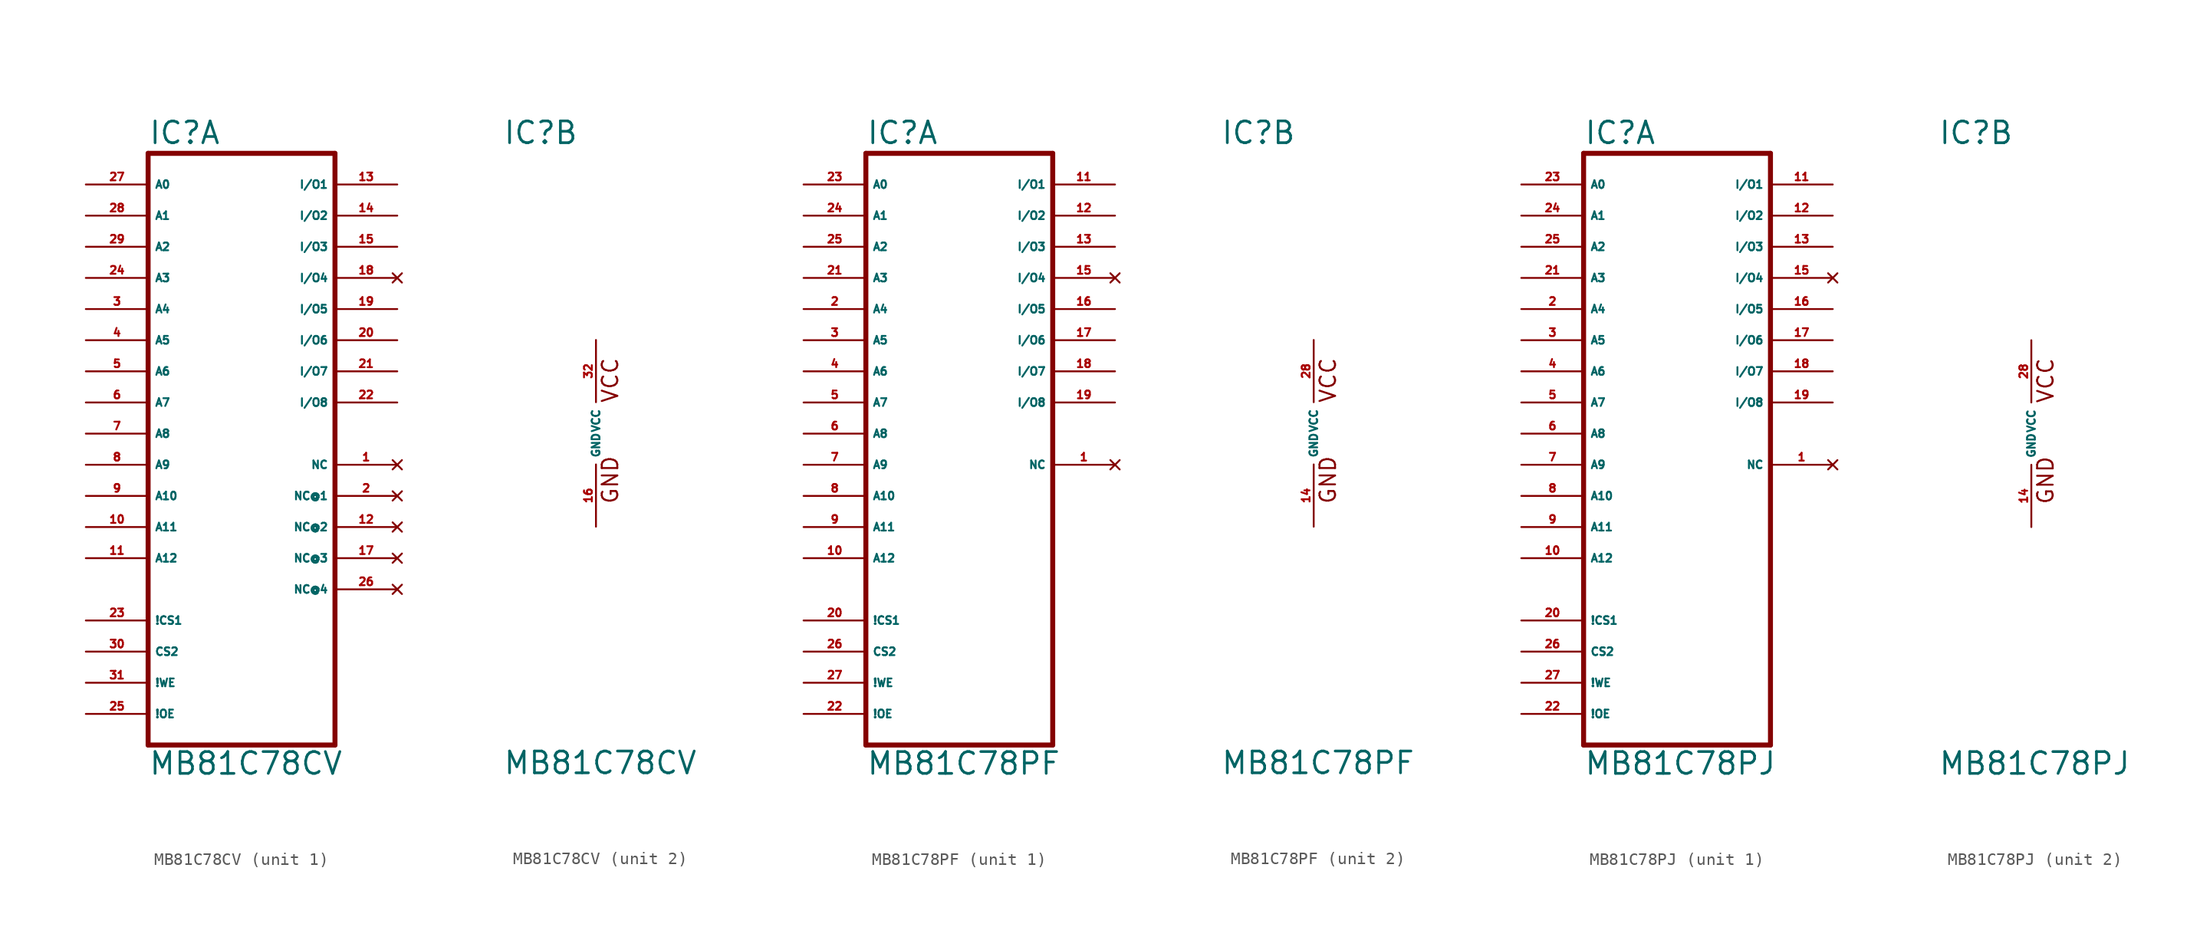
<source format=kicad_sym>
(kicad_symbol_lib
  (version 20220914)
  (generator Eagle2Kicad)
  (symbol "MB81C78CV"
    (property "Reference" "IC"
      (at -7.62 23.495 0)
      (effects (font (size 1.778 1.778) (thickness 0.22)) (justify left bottom)))
    (property "Value" "MB81C78CV"
      (at -7.62 -27.94 0)
      (effects (font (size 1.778 1.778) (thickness 0.22)) (justify left bottom)))
    (symbol "MB81C78CV_1_0"
      (polyline (pts (xy -7.62 -25.4) (xy -7.62 22.86)) (stroke (width 0.406) (type default)) (fill (type none)))
      (polyline (pts (xy -7.62 22.86) (xy 7.62 22.86)) (stroke (width 0.406) (type default)) (fill (type none)))
      (polyline (pts (xy 7.62 22.86) (xy 7.62 -25.4)) (stroke (width 0.406) (type default)) (fill (type none)))
      (polyline (pts (xy 7.62 -25.4) (xy -7.62 -25.4)) (stroke (width 0.406) (type default)) (fill (type none)))
      (pin input line (at -12.7 20.32 0) (length 5.08) (name "A0" (effects (font (size 0.635 0.635) (thickness 0.08)) (justify left bottom))) (number "27" (effects (font (size 0.635 0.635) (thickness 0.08)) (justify left bottom))))
      (pin input line (at -12.7 17.78 0) (length 5.08) (name "A1" (effects (font (size 0.635 0.635) (thickness 0.08)) (justify left bottom))) (number "28" (effects (font (size 0.635 0.635) (thickness 0.08)) (justify left bottom))))
      (pin input line (at -12.7 15.24 0) (length 5.08) (name "A2" (effects (font (size 0.635 0.635) (thickness 0.08)) (justify left bottom))) (number "29" (effects (font (size 0.635 0.635) (thickness 0.08)) (justify left bottom))))
      (pin input line (at -12.7 12.7 0) (length 5.08) (name "A3" (effects (font (size 0.635 0.635) (thickness 0.08)) (justify left bottom))) (number "24" (effects (font (size 0.635 0.635) (thickness 0.08)) (justify left bottom))))
      (pin input line (at -12.7 10.16 0) (length 5.08) (name "A4" (effects (font (size 0.635 0.635) (thickness 0.08)) (justify left bottom))) (number "3" (effects (font (size 0.635 0.635) (thickness 0.08)) (justify left bottom))))
      (pin input line (at -12.7 5.08 0) (length 5.08) (name "A6" (effects (font (size 0.635 0.635) (thickness 0.08)) (justify left bottom))) (number "5" (effects (font (size 0.635 0.635) (thickness 0.08)) (justify left bottom))))
      (pin input line (at -12.7 7.62 0) (length 5.08) (name "A5" (effects (font (size 0.635 0.635) (thickness 0.08)) (justify left bottom))) (number "4" (effects (font (size 0.635 0.635) (thickness 0.08)) (justify left bottom))))
      (pin input line (at -12.7 2.54 0) (length 5.08) (name "A7" (effects (font (size 0.635 0.635) (thickness 0.08)) (justify left bottom))) (number "6" (effects (font (size 0.635 0.635) (thickness 0.08)) (justify left bottom))))
      (pin input line (at -12.7 0 0) (length 5.08) (name "A8" (effects (font (size 0.635 0.635) (thickness 0.08)) (justify left bottom))) (number "7" (effects (font (size 0.635 0.635) (thickness 0.08)) (justify left bottom))))
      (pin input line (at -12.7 -2.54 0) (length 5.08) (name "A9" (effects (font (size 0.635 0.635) (thickness 0.08)) (justify left bottom))) (number "8" (effects (font (size 0.635 0.635) (thickness 0.08)) (justify left bottom))))
      (pin input line (at -12.7 -5.08 0) (length 5.08) (name "A10" (effects (font (size 0.635 0.635) (thickness 0.08)) (justify left bottom))) (number "9" (effects (font (size 0.635 0.635) (thickness 0.08)) (justify left bottom))))
      (pin input line (at -12.7 -7.62 0) (length 5.08) (name "A11" (effects (font (size 0.635 0.635) (thickness 0.08)) (justify left bottom))) (number "10" (effects (font (size 0.635 0.635) (thickness 0.08)) (justify left bottom))))
      (pin bidirectional line (at 12.7 20.32 180) (length 5.08) (name "I/O1" (effects (font (size 0.635 0.635) (thickness 0.08)) (justify left bottom))) (number "13" (effects (font (size 0.635 0.635) (thickness 0.08)) (justify left bottom))))
      (pin bidirectional line (at 12.7 17.78 180) (length 5.08) (name "I/O2" (effects (font (size 0.635 0.635) (thickness 0.08)) (justify left bottom))) (number "14" (effects (font (size 0.635 0.635) (thickness 0.08)) (justify left bottom))))
      (pin bidirectional line (at 12.7 15.24 180) (length 5.08) (name "I/O3" (effects (font (size 0.635 0.635) (thickness 0.08)) (justify left bottom))) (number "15" (effects (font (size 0.635 0.635) (thickness 0.08)) (justify left bottom))))
      (pin no_connect line (at 12.7 12.7 180) (length 5.08) (name "I/O4" (effects (font (size 0.635 0.635) (thickness 0.08)) (justify left bottom) hide)) (number "18" (effects (font (size 0.635 0.635) (thickness 0.08)) (justify left bottom) hide)))
      (pin input line (at -12.7 -17.78 0) (length 5.08) (name "CS2" (effects (font (size 0.635 0.635) (thickness 0.08)) (justify left bottom))) (number "30" (effects (font (size 0.635 0.635) (thickness 0.08)) (justify left bottom))))
      (pin input line (at -12.7 -20.32 0) (length 5.08) (name "!WE" (effects (font (size 0.635 0.635) (thickness 0.08)) (justify left bottom))) (number "31" (effects (font (size 0.635 0.635) (thickness 0.08)) (justify left bottom))))
      (pin input line (at -12.7 -10.16 0) (length 5.08) (name "A12" (effects (font (size 0.635 0.635) (thickness 0.08)) (justify left bottom))) (number "11" (effects (font (size 0.635 0.635) (thickness 0.08)) (justify left bottom))))
      (pin input line (at -12.7 -22.86 0) (length 5.08) (name "!OE" (effects (font (size 0.635 0.635) (thickness 0.08)) (justify left bottom))) (number "25" (effects (font (size 0.635 0.635) (thickness 0.08)) (justify left bottom))))
      (pin bidirectional line (at 12.7 10.16 180) (length 5.08) (name "I/O5" (effects (font (size 0.635 0.635) (thickness 0.08)) (justify left bottom))) (number "19" (effects (font (size 0.635 0.635) (thickness 0.08)) (justify left bottom))))
      (pin bidirectional line (at 12.7 7.62 180) (length 5.08) (name "I/O6" (effects (font (size 0.635 0.635) (thickness 0.08)) (justify left bottom))) (number "20" (effects (font (size 0.635 0.635) (thickness 0.08)) (justify left bottom))))
      (pin bidirectional line (at 12.7 5.08 180) (length 5.08) (name "I/O7" (effects (font (size 0.635 0.635) (thickness 0.08)) (justify left bottom))) (number "21" (effects (font (size 0.635 0.635) (thickness 0.08)) (justify left bottom))))
      (pin bidirectional line (at 12.7 2.54 180) (length 5.08) (name "I/O8" (effects (font (size 0.635 0.635) (thickness 0.08)) (justify left bottom))) (number "22" (effects (font (size 0.635 0.635) (thickness 0.08)) (justify left bottom))))
      (pin no_connect line (at 12.7 -2.54 180) (length 5.08) (name "NC" (effects (font (size 0.635 0.635) (thickness 0.08)) (justify left bottom) hide)) (number "1" (effects (font (size 0.635 0.635) (thickness 0.08)) (justify left bottom) hide)))
      (pin input line (at -12.7 -15.24 0) (length 5.08) (name "!CS1" (effects (font (size 0.635 0.635) (thickness 0.08)) (justify left bottom))) (number "23" (effects (font (size 0.635 0.635) (thickness 0.08)) (justify left bottom))))
      (pin no_connect line (at 12.7 -5.08 180) (length 5.08) (name "NC@1" (effects (font (size 0.635 0.635) (thickness 0.08)) (justify left bottom) hide)) (number "2" (effects (font (size 0.635 0.635) (thickness 0.08)) (justify left bottom) hide)))
      (pin no_connect line (at 12.7 -7.62 180) (length 5.08) (name "NC@2" (effects (font (size 0.635 0.635) (thickness 0.08)) (justify left bottom) hide)) (number "12" (effects (font (size 0.635 0.635) (thickness 0.08)) (justify left bottom) hide)))
      (pin no_connect line (at 12.7 -10.16 180) (length 5.08) (name "NC@3" (effects (font (size 0.635 0.635) (thickness 0.08)) (justify left bottom) hide)) (number "17" (effects (font (size 0.635 0.635) (thickness 0.08)) (justify left bottom) hide)))
      (pin no_connect line (at 12.7 -12.7 180) (length 5.08) (name "NC@4" (effects (font (size 0.635 0.635) (thickness 0.08)) (justify left bottom) hide)) (number "26" (effects (font (size 0.635 0.635) (thickness 0.08)) (justify left bottom) hide))))
    (symbol "MB81C78CV_2_0"
      (text "VCC" (at 1.905 2.413 900) (effects (font (size 1.27 1.27) (thickness 0.16)) (justify left bottom)))
      (text "GND" (at 1.905 -5.842 900) (effects (font (size 1.27 1.27) (thickness 0.16)) (justify left bottom)))
      (pin unspecified line (at 0 -7.62 90) (length 5.08) (name "GND" (effects (font (size 0.635 0.635) (thickness 0.08)) (justify left bottom))) (number "16" (effects (font (size 0.635 0.635) (thickness 0.08)) (justify left bottom))))
      (pin unspecified line (at 0 7.62 270) (length 5.08) (name "VCC" (effects (font (size 0.635 0.635) (thickness 0.08)) (justify left bottom))) (number "32" (effects (font (size 0.635 0.635) (thickness 0.08)) (justify left bottom))))))
  (symbol "MB81C78PF"
    (property "Reference" "IC"
      (at -7.62 23.495 0)
      (effects (font (size 1.778 1.778) (thickness 0.22)) (justify left bottom)))
    (property "Value" "MB81C78PF"
      (at -7.62 -27.94 0)
      (effects (font (size 1.778 1.778) (thickness 0.22)) (justify left bottom)))
    (symbol "MB81C78PF_1_0"
      (polyline (pts (xy -7.62 -25.4) (xy -7.62 22.86)) (stroke (width 0.406) (type default)) (fill (type none)))
      (polyline (pts (xy -7.62 22.86) (xy 7.62 22.86)) (stroke (width 0.406) (type default)) (fill (type none)))
      (polyline (pts (xy 7.62 22.86) (xy 7.62 -25.4)) (stroke (width 0.406) (type default)) (fill (type none)))
      (polyline (pts (xy 7.62 -25.4) (xy -7.62 -25.4)) (stroke (width 0.406) (type default)) (fill (type none)))
      (pin input line (at -12.7 20.32 0) (length 5.08) (name "A0" (effects (font (size 0.635 0.635) (thickness 0.08)) (justify left bottom))) (number "23" (effects (font (size 0.635 0.635) (thickness 0.08)) (justify left bottom))))
      (pin input line (at -12.7 17.78 0) (length 5.08) (name "A1" (effects (font (size 0.635 0.635) (thickness 0.08)) (justify left bottom))) (number "24" (effects (font (size 0.635 0.635) (thickness 0.08)) (justify left bottom))))
      (pin input line (at -12.7 15.24 0) (length 5.08) (name "A2" (effects (font (size 0.635 0.635) (thickness 0.08)) (justify left bottom))) (number "25" (effects (font (size 0.635 0.635) (thickness 0.08)) (justify left bottom))))
      (pin input line (at -12.7 12.7 0) (length 5.08) (name "A3" (effects (font (size 0.635 0.635) (thickness 0.08)) (justify left bottom))) (number "21" (effects (font (size 0.635 0.635) (thickness 0.08)) (justify left bottom))))
      (pin input line (at -12.7 10.16 0) (length 5.08) (name "A4" (effects (font (size 0.635 0.635) (thickness 0.08)) (justify left bottom))) (number "2" (effects (font (size 0.635 0.635) (thickness 0.08)) (justify left bottom))))
      (pin input line (at -12.7 5.08 0) (length 5.08) (name "A6" (effects (font (size 0.635 0.635) (thickness 0.08)) (justify left bottom))) (number "4" (effects (font (size 0.635 0.635) (thickness 0.08)) (justify left bottom))))
      (pin input line (at -12.7 7.62 0) (length 5.08) (name "A5" (effects (font (size 0.635 0.635) (thickness 0.08)) (justify left bottom))) (number "3" (effects (font (size 0.635 0.635) (thickness 0.08)) (justify left bottom))))
      (pin input line (at -12.7 2.54 0) (length 5.08) (name "A7" (effects (font (size 0.635 0.635) (thickness 0.08)) (justify left bottom))) (number "5" (effects (font (size 0.635 0.635) (thickness 0.08)) (justify left bottom))))
      (pin input line (at -12.7 0 0) (length 5.08) (name "A8" (effects (font (size 0.635 0.635) (thickness 0.08)) (justify left bottom))) (number "6" (effects (font (size 0.635 0.635) (thickness 0.08)) (justify left bottom))))
      (pin input line (at -12.7 -2.54 0) (length 5.08) (name "A9" (effects (font (size 0.635 0.635) (thickness 0.08)) (justify left bottom))) (number "7" (effects (font (size 0.635 0.635) (thickness 0.08)) (justify left bottom))))
      (pin input line (at -12.7 -5.08 0) (length 5.08) (name "A10" (effects (font (size 0.635 0.635) (thickness 0.08)) (justify left bottom))) (number "8" (effects (font (size 0.635 0.635) (thickness 0.08)) (justify left bottom))))
      (pin input line (at -12.7 -7.62 0) (length 5.08) (name "A11" (effects (font (size 0.635 0.635) (thickness 0.08)) (justify left bottom))) (number "9" (effects (font (size 0.635 0.635) (thickness 0.08)) (justify left bottom))))
      (pin bidirectional line (at 12.7 20.32 180) (length 5.08) (name "I/O1" (effects (font (size 0.635 0.635) (thickness 0.08)) (justify left bottom))) (number "11" (effects (font (size 0.635 0.635) (thickness 0.08)) (justify left bottom))))
      (pin bidirectional line (at 12.7 17.78 180) (length 5.08) (name "I/O2" (effects (font (size 0.635 0.635) (thickness 0.08)) (justify left bottom))) (number "12" (effects (font (size 0.635 0.635) (thickness 0.08)) (justify left bottom))))
      (pin bidirectional line (at 12.7 15.24 180) (length 5.08) (name "I/O3" (effects (font (size 0.635 0.635) (thickness 0.08)) (justify left bottom))) (number "13" (effects (font (size 0.635 0.635) (thickness 0.08)) (justify left bottom))))
      (pin no_connect line (at 12.7 12.7 180) (length 5.08) (name "I/O4" (effects (font (size 0.635 0.635) (thickness 0.08)) (justify left bottom) hide)) (number "15" (effects (font (size 0.635 0.635) (thickness 0.08)) (justify left bottom) hide)))
      (pin input line (at -12.7 -17.78 0) (length 5.08) (name "CS2" (effects (font (size 0.635 0.635) (thickness 0.08)) (justify left bottom))) (number "26" (effects (font (size 0.635 0.635) (thickness 0.08)) (justify left bottom))))
      (pin input line (at -12.7 -20.32 0) (length 5.08) (name "!WE" (effects (font (size 0.635 0.635) (thickness 0.08)) (justify left bottom))) (number "27" (effects (font (size 0.635 0.635) (thickness 0.08)) (justify left bottom))))
      (pin input line (at -12.7 -10.16 0) (length 5.08) (name "A12" (effects (font (size 0.635 0.635) (thickness 0.08)) (justify left bottom))) (number "10" (effects (font (size 0.635 0.635) (thickness 0.08)) (justify left bottom))))
      (pin input line (at -12.7 -22.86 0) (length 5.08) (name "!OE" (effects (font (size 0.635 0.635) (thickness 0.08)) (justify left bottom))) (number "22" (effects (font (size 0.635 0.635) (thickness 0.08)) (justify left bottom))))
      (pin bidirectional line (at 12.7 10.16 180) (length 5.08) (name "I/O5" (effects (font (size 0.635 0.635) (thickness 0.08)) (justify left bottom))) (number "16" (effects (font (size 0.635 0.635) (thickness 0.08)) (justify left bottom))))
      (pin bidirectional line (at 12.7 7.62 180) (length 5.08) (name "I/O6" (effects (font (size 0.635 0.635) (thickness 0.08)) (justify left bottom))) (number "17" (effects (font (size 0.635 0.635) (thickness 0.08)) (justify left bottom))))
      (pin bidirectional line (at 12.7 5.08 180) (length 5.08) (name "I/O7" (effects (font (size 0.635 0.635) (thickness 0.08)) (justify left bottom))) (number "18" (effects (font (size 0.635 0.635) (thickness 0.08)) (justify left bottom))))
      (pin bidirectional line (at 12.7 2.54 180) (length 5.08) (name "I/O8" (effects (font (size 0.635 0.635) (thickness 0.08)) (justify left bottom))) (number "19" (effects (font (size 0.635 0.635) (thickness 0.08)) (justify left bottom))))
      (pin no_connect line (at 12.7 -2.54 180) (length 5.08) (name "NC" (effects (font (size 0.635 0.635) (thickness 0.08)) (justify left bottom) hide)) (number "1" (effects (font (size 0.635 0.635) (thickness 0.08)) (justify left bottom) hide)))
      (pin input line (at -12.7 -15.24 0) (length 5.08) (name "!CS1" (effects (font (size 0.635 0.635) (thickness 0.08)) (justify left bottom))) (number "20" (effects (font (size 0.635 0.635) (thickness 0.08)) (justify left bottom)))))
    (symbol "MB81C78PF_2_0"
      (text "VCC" (at 1.905 2.413 900) (effects (font (size 1.27 1.27) (thickness 0.16)) (justify left bottom)))
      (text "GND" (at 1.905 -5.842 900) (effects (font (size 1.27 1.27) (thickness 0.16)) (justify left bottom)))
      (pin unspecified line (at 0 -7.62 90) (length 5.08) (name "GND" (effects (font (size 0.635 0.635) (thickness 0.08)) (justify left bottom))) (number "14" (effects (font (size 0.635 0.635) (thickness 0.08)) (justify left bottom))))
      (pin unspecified line (at 0 7.62 270) (length 5.08) (name "VCC" (effects (font (size 0.635 0.635) (thickness 0.08)) (justify left bottom))) (number "28" (effects (font (size 0.635 0.635) (thickness 0.08)) (justify left bottom))))))
  (symbol "MB81C78PJ"
    (property "Reference" "IC"
      (at -7.62 23.495 0)
      (effects (font (size 1.778 1.778) (thickness 0.22)) (justify left bottom)))
    (property "Value" "MB81C78PJ"
      (at -7.62 -27.94 0)
      (effects (font (size 1.778 1.778) (thickness 0.22)) (justify left bottom)))
    (symbol "MB81C78PJ_1_0"
      (polyline (pts (xy -7.62 -25.4) (xy -7.62 22.86)) (stroke (width 0.406) (type default)) (fill (type none)))
      (polyline (pts (xy -7.62 22.86) (xy 7.62 22.86)) (stroke (width 0.406) (type default)) (fill (type none)))
      (polyline (pts (xy 7.62 22.86) (xy 7.62 -25.4)) (stroke (width 0.406) (type default)) (fill (type none)))
      (polyline (pts (xy 7.62 -25.4) (xy -7.62 -25.4)) (stroke (width 0.406) (type default)) (fill (type none)))
      (pin input line (at -12.7 20.32 0) (length 5.08) (name "A0" (effects (font (size 0.635 0.635) (thickness 0.08)) (justify left bottom))) (number "23" (effects (font (size 0.635 0.635) (thickness 0.08)) (justify left bottom))))
      (pin input line (at -12.7 17.78 0) (length 5.08) (name "A1" (effects (font (size 0.635 0.635) (thickness 0.08)) (justify left bottom))) (number "24" (effects (font (size 0.635 0.635) (thickness 0.08)) (justify left bottom))))
      (pin input line (at -12.7 15.24 0) (length 5.08) (name "A2" (effects (font (size 0.635 0.635) (thickness 0.08)) (justify left bottom))) (number "25" (effects (font (size 0.635 0.635) (thickness 0.08)) (justify left bottom))))
      (pin input line (at -12.7 12.7 0) (length 5.08) (name "A3" (effects (font (size 0.635 0.635) (thickness 0.08)) (justify left bottom))) (number "21" (effects (font (size 0.635 0.635) (thickness 0.08)) (justify left bottom))))
      (pin input line (at -12.7 10.16 0) (length 5.08) (name "A4" (effects (font (size 0.635 0.635) (thickness 0.08)) (justify left bottom))) (number "2" (effects (font (size 0.635 0.635) (thickness 0.08)) (justify left bottom))))
      (pin input line (at -12.7 5.08 0) (length 5.08) (name "A6" (effects (font (size 0.635 0.635) (thickness 0.08)) (justify left bottom))) (number "4" (effects (font (size 0.635 0.635) (thickness 0.08)) (justify left bottom))))
      (pin input line (at -12.7 7.62 0) (length 5.08) (name "A5" (effects (font (size 0.635 0.635) (thickness 0.08)) (justify left bottom))) (number "3" (effects (font (size 0.635 0.635) (thickness 0.08)) (justify left bottom))))
      (pin input line (at -12.7 2.54 0) (length 5.08) (name "A7" (effects (font (size 0.635 0.635) (thickness 0.08)) (justify left bottom))) (number "5" (effects (font (size 0.635 0.635) (thickness 0.08)) (justify left bottom))))
      (pin input line (at -12.7 0 0) (length 5.08) (name "A8" (effects (font (size 0.635 0.635) (thickness 0.08)) (justify left bottom))) (number "6" (effects (font (size 0.635 0.635) (thickness 0.08)) (justify left bottom))))
      (pin input line (at -12.7 -2.54 0) (length 5.08) (name "A9" (effects (font (size 0.635 0.635) (thickness 0.08)) (justify left bottom))) (number "7" (effects (font (size 0.635 0.635) (thickness 0.08)) (justify left bottom))))
      (pin input line (at -12.7 -5.08 0) (length 5.08) (name "A10" (effects (font (size 0.635 0.635) (thickness 0.08)) (justify left bottom))) (number "8" (effects (font (size 0.635 0.635) (thickness 0.08)) (justify left bottom))))
      (pin input line (at -12.7 -7.62 0) (length 5.08) (name "A11" (effects (font (size 0.635 0.635) (thickness 0.08)) (justify left bottom))) (number "9" (effects (font (size 0.635 0.635) (thickness 0.08)) (justify left bottom))))
      (pin bidirectional line (at 12.7 20.32 180) (length 5.08) (name "I/O1" (effects (font (size 0.635 0.635) (thickness 0.08)) (justify left bottom))) (number "11" (effects (font (size 0.635 0.635) (thickness 0.08)) (justify left bottom))))
      (pin bidirectional line (at 12.7 17.78 180) (length 5.08) (name "I/O2" (effects (font (size 0.635 0.635) (thickness 0.08)) (justify left bottom))) (number "12" (effects (font (size 0.635 0.635) (thickness 0.08)) (justify left bottom))))
      (pin bidirectional line (at 12.7 15.24 180) (length 5.08) (name "I/O3" (effects (font (size 0.635 0.635) (thickness 0.08)) (justify left bottom))) (number "13" (effects (font (size 0.635 0.635) (thickness 0.08)) (justify left bottom))))
      (pin no_connect line (at 12.7 12.7 180) (length 5.08) (name "I/O4" (effects (font (size 0.635 0.635) (thickness 0.08)) (justify left bottom) hide)) (number "15" (effects (font (size 0.635 0.635) (thickness 0.08)) (justify left bottom) hide)))
      (pin input line (at -12.7 -17.78 0) (length 5.08) (name "CS2" (effects (font (size 0.635 0.635) (thickness 0.08)) (justify left bottom))) (number "26" (effects (font (size 0.635 0.635) (thickness 0.08)) (justify left bottom))))
      (pin input line (at -12.7 -20.32 0) (length 5.08) (name "!WE" (effects (font (size 0.635 0.635) (thickness 0.08)) (justify left bottom))) (number "27" (effects (font (size 0.635 0.635) (thickness 0.08)) (justify left bottom))))
      (pin input line (at -12.7 -10.16 0) (length 5.08) (name "A12" (effects (font (size 0.635 0.635) (thickness 0.08)) (justify left bottom))) (number "10" (effects (font (size 0.635 0.635) (thickness 0.08)) (justify left bottom))))
      (pin input line (at -12.7 -22.86 0) (length 5.08) (name "!OE" (effects (font (size 0.635 0.635) (thickness 0.08)) (justify left bottom))) (number "22" (effects (font (size 0.635 0.635) (thickness 0.08)) (justify left bottom))))
      (pin bidirectional line (at 12.7 10.16 180) (length 5.08) (name "I/O5" (effects (font (size 0.635 0.635) (thickness 0.08)) (justify left bottom))) (number "16" (effects (font (size 0.635 0.635) (thickness 0.08)) (justify left bottom))))
      (pin bidirectional line (at 12.7 7.62 180) (length 5.08) (name "I/O6" (effects (font (size 0.635 0.635) (thickness 0.08)) (justify left bottom))) (number "17" (effects (font (size 0.635 0.635) (thickness 0.08)) (justify left bottom))))
      (pin bidirectional line (at 12.7 5.08 180) (length 5.08) (name "I/O7" (effects (font (size 0.635 0.635) (thickness 0.08)) (justify left bottom))) (number "18" (effects (font (size 0.635 0.635) (thickness 0.08)) (justify left bottom))))
      (pin bidirectional line (at 12.7 2.54 180) (length 5.08) (name "I/O8" (effects (font (size 0.635 0.635) (thickness 0.08)) (justify left bottom))) (number "19" (effects (font (size 0.635 0.635) (thickness 0.08)) (justify left bottom))))
      (pin no_connect line (at 12.7 -2.54 180) (length 5.08) (name "NC" (effects (font (size 0.635 0.635) (thickness 0.08)) (justify left bottom) hide)) (number "1" (effects (font (size 0.635 0.635) (thickness 0.08)) (justify left bottom) hide)))
      (pin input line (at -12.7 -15.24 0) (length 5.08) (name "!CS1" (effects (font (size 0.635 0.635) (thickness 0.08)) (justify left bottom))) (number "20" (effects (font (size 0.635 0.635) (thickness 0.08)) (justify left bottom)))))
    (symbol "MB81C78PJ_2_0"
      (text "VCC" (at 1.905 2.413 900) (effects (font (size 1.27 1.27) (thickness 0.16)) (justify left bottom)))
      (text "GND" (at 1.905 -5.842 900) (effects (font (size 1.27 1.27) (thickness 0.16)) (justify left bottom)))
      (pin unspecified line (at 0 -7.62 90) (length 5.08) (name "GND" (effects (font (size 0.635 0.635) (thickness 0.08)) (justify left bottom))) (number "14" (effects (font (size 0.635 0.635) (thickness 0.08)) (justify left bottom))))
      (pin unspecified line (at 0 7.62 270) (length 5.08) (name "VCC" (effects (font (size 0.635 0.635) (thickness 0.08)) (justify left bottom))) (number "28" (effects (font (size 0.635 0.635) (thickness 0.08)) (justify left bottom)))))))
</source>
